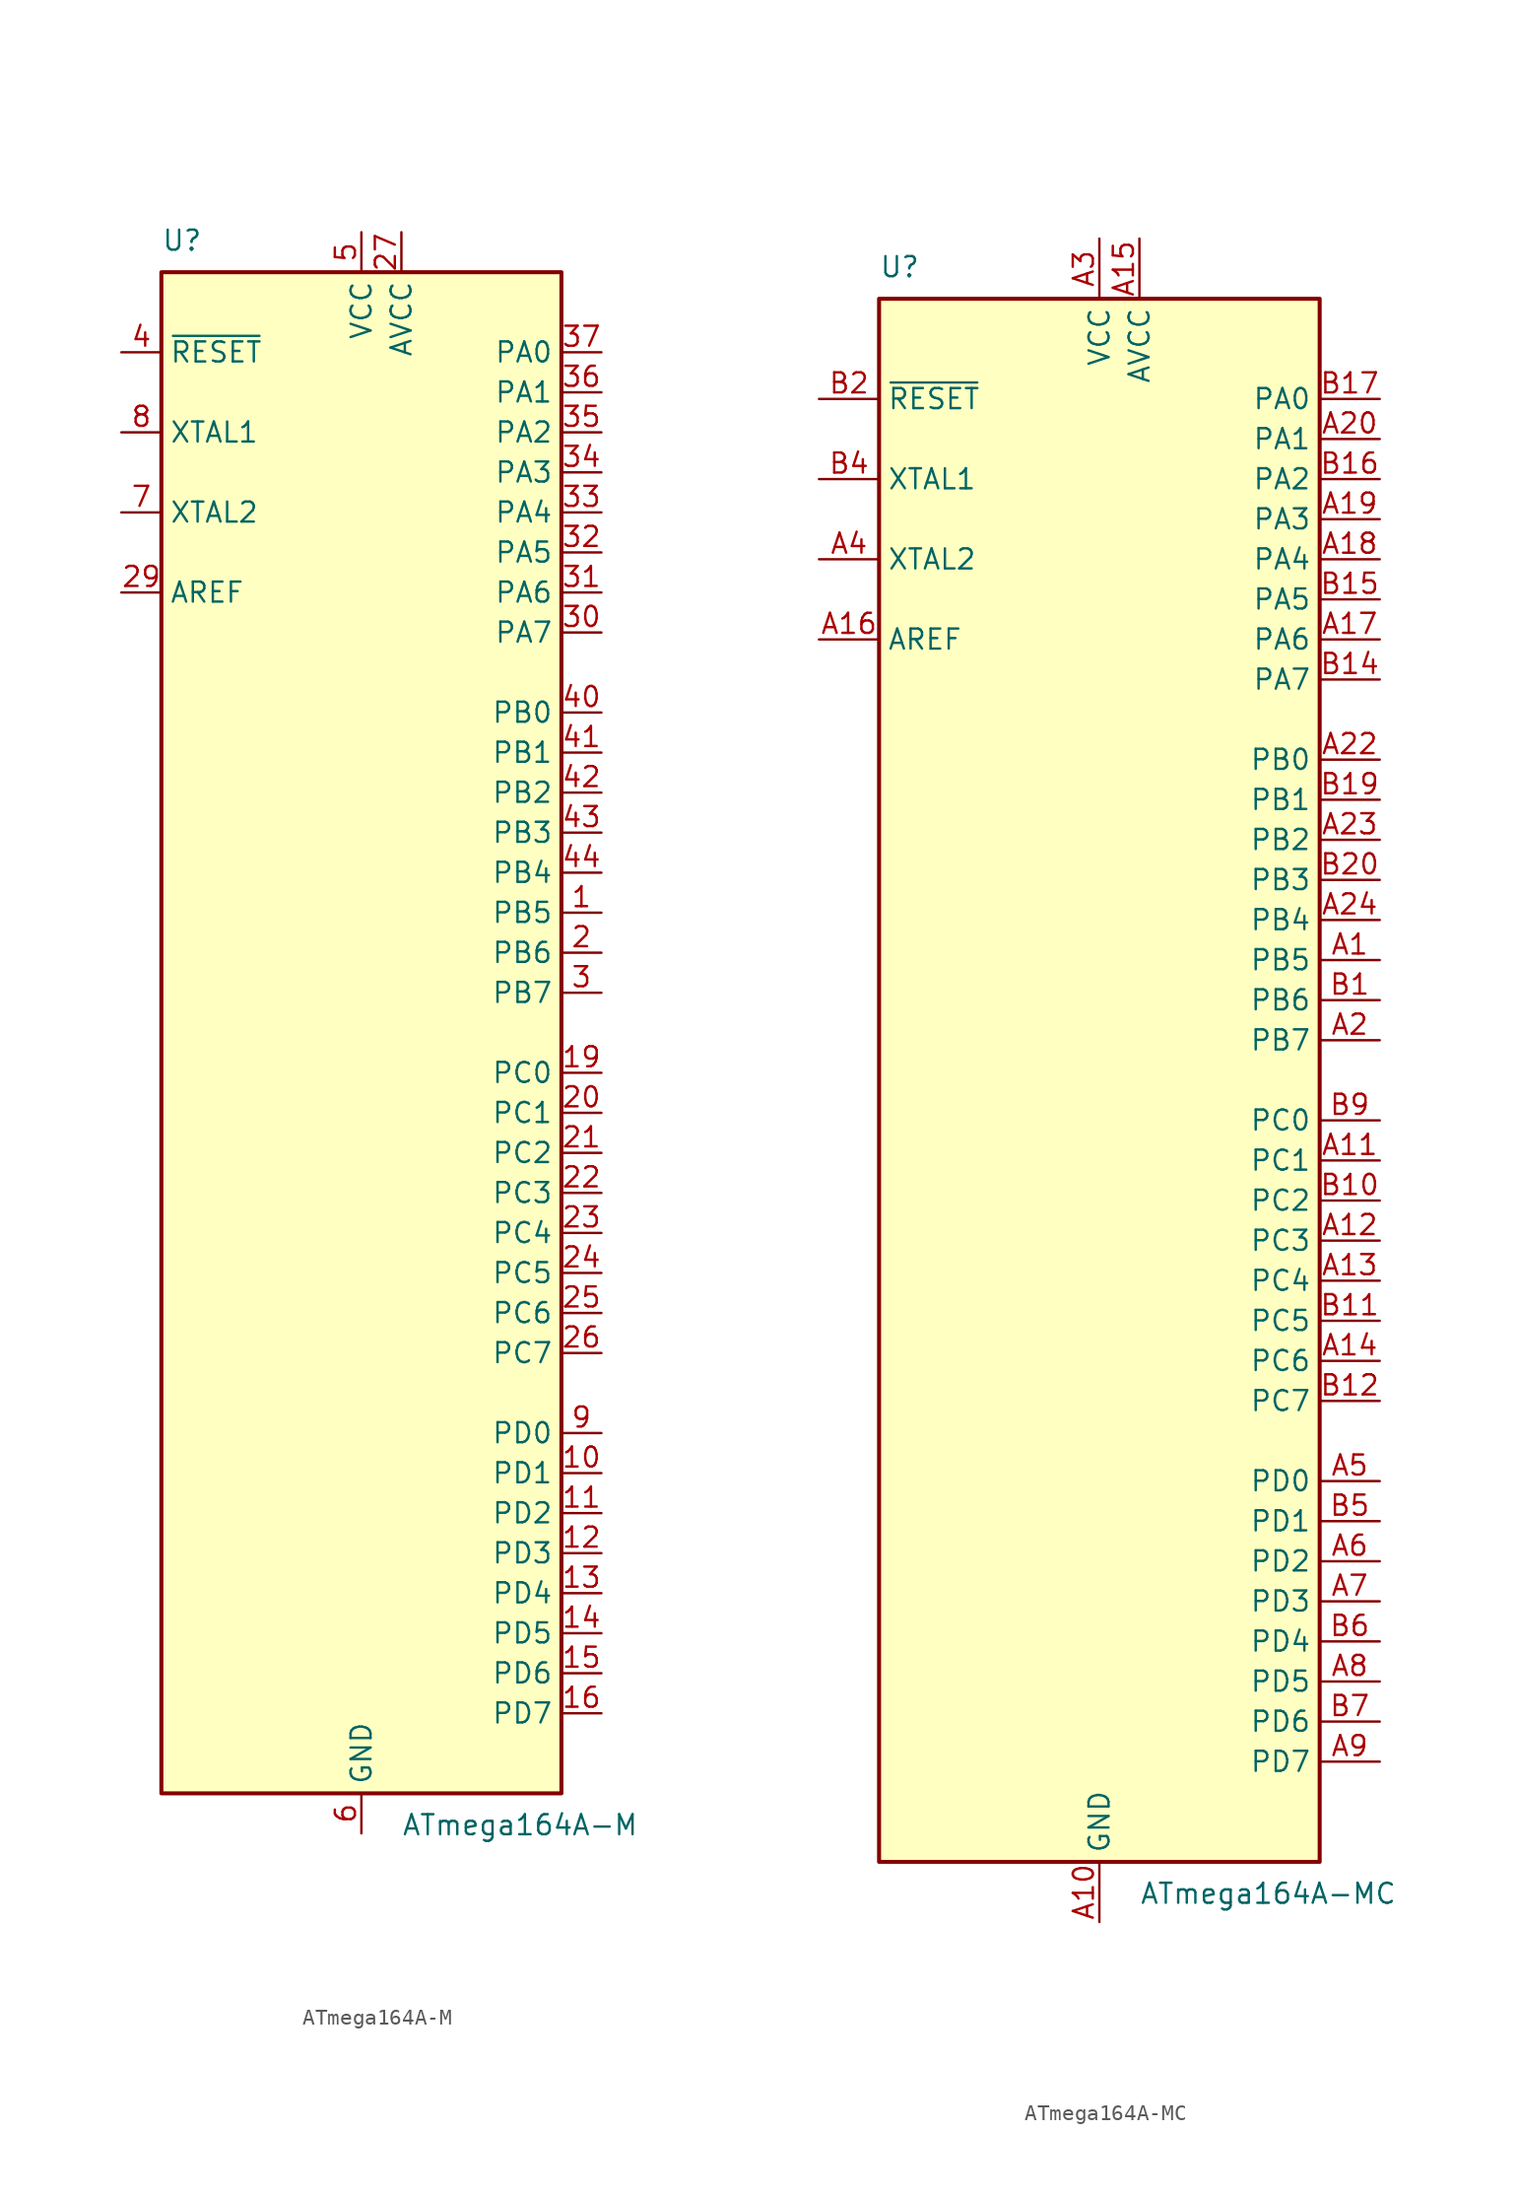
<source format=kicad_sym>
(kicad_symbol_lib
  (version 20241209)
  (generator "kicad_symbol_editor")
  (generator_version "9.0")
  (symbol "ATmega164A-M"
    (property "Reference" "U"
      (at -12.7 49.53 0)
      (effects (font (size 1.27 1.27)) (justify left bottom)))
    (property "Value" "ATmega164A-M"
      (at 2.54 -49.53 0)
      (effects (font (size 1.27 1.27)) (justify left top)))
    (symbol "ATmega164A-M_0_1"
      (rectangle (start -12.7 -48.26) (end 12.7 48.26) (stroke (width 0.254) (type default)) (fill (type background))))
    (symbol "ATmega164A-M_1_1"
      (pin input line (at -15.24 43.18 0) (length 2.54) (name "~{RESET}" (effects (font (size 1.27 1.27)))) (number "4" (effects (font (size 1.27 1.27)))))
      (pin input line (at -15.24 38.1 0) (length 2.54) (name "XTAL1" (effects (font (size 1.27 1.27)))) (number "8" (effects (font (size 1.27 1.27)))))
      (pin output line (at -15.24 33.02 0) (length 2.54) (name "XTAL2" (effects (font (size 1.27 1.27)))) (number "7" (effects (font (size 1.27 1.27)))))
      (pin passive line (at -15.24 27.94 0) (length 2.54) (name "AREF" (effects (font (size 1.27 1.27)))) (number "29" (effects (font (size 1.27 1.27)))))
      (pin passive line (at 0 50.8 270) (length 2.54) (hide yes) (name "VCC" (effects (font (size 1.27 1.27)))) (number "17" (effects (font (size 1.27 1.27)))))
      (pin passive line (at 0 50.8 270) (length 2.54) (hide yes) (name "VCC" (effects (font (size 1.27 1.27)))) (number "38" (effects (font (size 1.27 1.27)))))
      (pin power_in line (at 0 50.8 270) (length 2.54) (name "VCC" (effects (font (size 1.27 1.27)))) (number "5" (effects (font (size 1.27 1.27)))))
      (pin passive line (at 0 -50.8 90) (length 2.54) (hide yes) (name "GND" (effects (font (size 1.27 1.27)))) (number "18" (effects (font (size 1.27 1.27)))))
      (pin passive line (at 0 -50.8 90) (length 2.54) (hide yes) (name "GND" (effects (font (size 1.27 1.27)))) (number "28" (effects (font (size 1.27 1.27)))))
      (pin passive line (at 0 -50.8 90) (length 2.54) (hide yes) (name "GND" (effects (font (size 1.27 1.27)))) (number "39" (effects (font (size 1.27 1.27)))))
      (pin passive line (at 0 -50.8 90) (length 2.54) (hide yes) (name "GND" (effects (font (size 1.27 1.27)))) (number "45" (effects (font (size 1.27 1.27)))))
      (pin power_in line (at 0 -50.8 90) (length 2.54) (name "GND" (effects (font (size 1.27 1.27)))) (number "6" (effects (font (size 1.27 1.27)))))
      (pin power_in line (at 2.54 50.8 270) (length 2.54) (name "AVCC" (effects (font (size 1.27 1.27)))) (number "27" (effects (font (size 1.27 1.27)))))
      (pin bidirectional line (at 15.24 43.18 180) (length 2.54) (name "PA0" (effects (font (size 1.27 1.27)))) (number "37" (effects (font (size 1.27 1.27)))))
      (pin bidirectional line (at 15.24 40.64 180) (length 2.54) (name "PA1" (effects (font (size 1.27 1.27)))) (number "36" (effects (font (size 1.27 1.27)))))
      (pin bidirectional line (at 15.24 38.1 180) (length 2.54) (name "PA2" (effects (font (size 1.27 1.27)))) (number "35" (effects (font (size 1.27 1.27)))))
      (pin bidirectional line (at 15.24 35.56 180) (length 2.54) (name "PA3" (effects (font (size 1.27 1.27)))) (number "34" (effects (font (size 1.27 1.27)))))
      (pin bidirectional line (at 15.24 33.02 180) (length 2.54) (name "PA4" (effects (font (size 1.27 1.27)))) (number "33" (effects (font (size 1.27 1.27)))))
      (pin bidirectional line (at 15.24 30.48 180) (length 2.54) (name "PA5" (effects (font (size 1.27 1.27)))) (number "32" (effects (font (size 1.27 1.27)))))
      (pin bidirectional line (at 15.24 27.94 180) (length 2.54) (name "PA6" (effects (font (size 1.27 1.27)))) (number "31" (effects (font (size 1.27 1.27)))))
      (pin bidirectional line (at 15.24 25.4 180) (length 2.54) (name "PA7" (effects (font (size 1.27 1.27)))) (number "30" (effects (font (size 1.27 1.27)))))
      (pin bidirectional line (at 15.24 20.32 180) (length 2.54) (name "PB0" (effects (font (size 1.27 1.27)))) (number "40" (effects (font (size 1.27 1.27)))))
      (pin bidirectional line (at 15.24 17.78 180) (length 2.54) (name "PB1" (effects (font (size 1.27 1.27)))) (number "41" (effects (font (size 1.27 1.27)))))
      (pin bidirectional line (at 15.24 15.24 180) (length 2.54) (name "PB2" (effects (font (size 1.27 1.27)))) (number "42" (effects (font (size 1.27 1.27)))))
      (pin bidirectional line (at 15.24 12.7 180) (length 2.54) (name "PB3" (effects (font (size 1.27 1.27)))) (number "43" (effects (font (size 1.27 1.27)))))
      (pin bidirectional line (at 15.24 10.16 180) (length 2.54) (name "PB4" (effects (font (size 1.27 1.27)))) (number "44" (effects (font (size 1.27 1.27)))))
      (pin bidirectional line (at 15.24 7.62 180) (length 2.54) (name "PB5" (effects (font (size 1.27 1.27)))) (number "1" (effects (font (size 1.27 1.27)))))
      (pin bidirectional line (at 15.24 5.08 180) (length 2.54) (name "PB6" (effects (font (size 1.27 1.27)))) (number "2" (effects (font (size 1.27 1.27)))))
      (pin bidirectional line (at 15.24 2.54 180) (length 2.54) (name "PB7" (effects (font (size 1.27 1.27)))) (number "3" (effects (font (size 1.27 1.27)))))
      (pin bidirectional line (at 15.24 -2.54 180) (length 2.54) (name "PC0" (effects (font (size 1.27 1.27)))) (number "19" (effects (font (size 1.27 1.27)))))
      (pin bidirectional line (at 15.24 -5.08 180) (length 2.54) (name "PC1" (effects (font (size 1.27 1.27)))) (number "20" (effects (font (size 1.27 1.27)))))
      (pin bidirectional line (at 15.24 -7.62 180) (length 2.54) (name "PC2" (effects (font (size 1.27 1.27)))) (number "21" (effects (font (size 1.27 1.27)))))
      (pin bidirectional line (at 15.24 -10.16 180) (length 2.54) (name "PC3" (effects (font (size 1.27 1.27)))) (number "22" (effects (font (size 1.27 1.27)))))
      (pin bidirectional line (at 15.24 -12.7 180) (length 2.54) (name "PC4" (effects (font (size 1.27 1.27)))) (number "23" (effects (font (size 1.27 1.27)))))
      (pin bidirectional line (at 15.24 -15.24 180) (length 2.54) (name "PC5" (effects (font (size 1.27 1.27)))) (number "24" (effects (font (size 1.27 1.27)))))
      (pin bidirectional line (at 15.24 -17.78 180) (length 2.54) (name "PC6" (effects (font (size 1.27 1.27)))) (number "25" (effects (font (size 1.27 1.27)))))
      (pin bidirectional line (at 15.24 -20.32 180) (length 2.54) (name "PC7" (effects (font (size 1.27 1.27)))) (number "26" (effects (font (size 1.27 1.27)))))
      (pin bidirectional line (at 15.24 -25.4 180) (length 2.54) (name "PD0" (effects (font (size 1.27 1.27)))) (number "9" (effects (font (size 1.27 1.27)))))
      (pin bidirectional line (at 15.24 -27.94 180) (length 2.54) (name "PD1" (effects (font (size 1.27 1.27)))) (number "10" (effects (font (size 1.27 1.27)))))
      (pin bidirectional line (at 15.24 -30.48 180) (length 2.54) (name "PD2" (effects (font (size 1.27 1.27)))) (number "11" (effects (font (size 1.27 1.27)))))
      (pin bidirectional line (at 15.24 -33.02 180) (length 2.54) (name "PD3" (effects (font (size 1.27 1.27)))) (number "12" (effects (font (size 1.27 1.27)))))
      (pin bidirectional line (at 15.24 -35.56 180) (length 2.54) (name "PD4" (effects (font (size 1.27 1.27)))) (number "13" (effects (font (size 1.27 1.27)))))
      (pin bidirectional line (at 15.24 -38.1 180) (length 2.54) (name "PD5" (effects (font (size 1.27 1.27)))) (number "14" (effects (font (size 1.27 1.27)))))
      (pin bidirectional line (at 15.24 -40.64 180) (length 2.54) (name "PD6" (effects (font (size 1.27 1.27)))) (number "15" (effects (font (size 1.27 1.27)))))
      (pin bidirectional line (at 15.24 -43.18 180) (length 2.54) (name "PD7" (effects (font (size 1.27 1.27)))) (number "16" (effects (font (size 1.27 1.27)))))))
  (symbol "ATmega164A-MC"
    (property "Reference" "U"
      (at -13.97 50.8 0)
      (effects (font (size 1.27 1.27)) (justify left bottom)))
    (property "Value" "ATmega164A-MC"
      (at 2.54 -50.8 0)
      (effects (font (size 1.27 1.27)) (justify left top)))
    (symbol "ATmega164A-MC_0_1"
      (rectangle (start -13.97 -49.53) (end 13.97 49.53) (stroke (width 0.254) (type default)) (fill (type background))))
    (symbol "ATmega164A-MC_1_1"
      (pin input line (at -17.78 43.18 0) (length 3.81) (name "~{RESET}" (effects (font (size 1.27 1.27)))) (number "B2" (effects (font (size 1.27 1.27)))))
      (pin input line (at -17.78 38.1 0) (length 3.81) (name "XTAL1" (effects (font (size 1.27 1.27)))) (number "B4" (effects (font (size 1.27 1.27)))))
      (pin output line (at -17.78 33.02 0) (length 3.81) (name "XTAL2" (effects (font (size 1.27 1.27)))) (number "A4" (effects (font (size 1.27 1.27)))))
      (pin passive line (at -17.78 27.94 0) (length 3.81) (name "AREF" (effects (font (size 1.27 1.27)))) (number "A16" (effects (font (size 1.27 1.27)))))
      (pin passive line (at 0 53.34 270) (length 3.81) (hide yes) (name "VCC" (effects (font (size 1.27 1.27)))) (number "A21" (effects (font (size 1.27 1.27)))))
      (pin power_in line (at 0 53.34 270) (length 3.81) (name "VCC" (effects (font (size 1.27 1.27)))) (number "A3" (effects (font (size 1.27 1.27)))))
      (pin passive line (at 0 53.34 270) (length 3.81) (hide yes) (name "VCC" (effects (font (size 1.27 1.27)))) (number "B8" (effects (font (size 1.27 1.27)))))
      (pin power_in line (at 0 -53.34 90) (length 3.81) (name "GND" (effects (font (size 1.27 1.27)))) (number "A10" (effects (font (size 1.27 1.27)))))
      (pin passive line (at 0 -53.34 90) (length 3.81) (hide yes) (name "GND" (effects (font (size 1.27 1.27)))) (number "B13" (effects (font (size 1.27 1.27)))))
      (pin passive line (at 0 -53.34 90) (length 3.81) (hide yes) (name "GND" (effects (font (size 1.27 1.27)))) (number "B18" (effects (font (size 1.27 1.27)))))
      (pin passive line (at 0 -53.34 90) (length 3.81) (hide yes) (name "GND" (effects (font (size 1.27 1.27)))) (number "B3" (effects (font (size 1.27 1.27)))))
      (pin passive line (at 0 -53.34 90) (length 3.81) (hide yes) (name "GND" (effects (font (size 1.27 1.27)))) (number "EP" (effects (font (size 1.27 1.27)))))
      (pin power_in line (at 2.54 53.34 270) (length 3.81) (name "AVCC" (effects (font (size 1.27 1.27)))) (number "A15" (effects (font (size 1.27 1.27)))))
      (pin bidirectional line (at 17.78 43.18 180) (length 3.81) (name "PA0" (effects (font (size 1.27 1.27)))) (number "B17" (effects (font (size 1.27 1.27)))))
      (pin bidirectional line (at 17.78 40.64 180) (length 3.81) (name "PA1" (effects (font (size 1.27 1.27)))) (number "A20" (effects (font (size 1.27 1.27)))))
      (pin bidirectional line (at 17.78 38.1 180) (length 3.81) (name "PA2" (effects (font (size 1.27 1.27)))) (number "B16" (effects (font (size 1.27 1.27)))))
      (pin bidirectional line (at 17.78 35.56 180) (length 3.81) (name "PA3" (effects (font (size 1.27 1.27)))) (number "A19" (effects (font (size 1.27 1.27)))))
      (pin bidirectional line (at 17.78 33.02 180) (length 3.81) (name "PA4" (effects (font (size 1.27 1.27)))) (number "A18" (effects (font (size 1.27 1.27)))))
      (pin bidirectional line (at 17.78 30.48 180) (length 3.81) (name "PA5" (effects (font (size 1.27 1.27)))) (number "B15" (effects (font (size 1.27 1.27)))))
      (pin bidirectional line (at 17.78 27.94 180) (length 3.81) (name "PA6" (effects (font (size 1.27 1.27)))) (number "A17" (effects (font (size 1.27 1.27)))))
      (pin bidirectional line (at 17.78 25.4 180) (length 3.81) (name "PA7" (effects (font (size 1.27 1.27)))) (number "B14" (effects (font (size 1.27 1.27)))))
      (pin bidirectional line (at 17.78 20.32 180) (length 3.81) (name "PB0" (effects (font (size 1.27 1.27)))) (number "A22" (effects (font (size 1.27 1.27)))))
      (pin bidirectional line (at 17.78 17.78 180) (length 3.81) (name "PB1" (effects (font (size 1.27 1.27)))) (number "B19" (effects (font (size 1.27 1.27)))))
      (pin bidirectional line (at 17.78 15.24 180) (length 3.81) (name "PB2" (effects (font (size 1.27 1.27)))) (number "A23" (effects (font (size 1.27 1.27)))))
      (pin bidirectional line (at 17.78 12.7 180) (length 3.81) (name "PB3" (effects (font (size 1.27 1.27)))) (number "B20" (effects (font (size 1.27 1.27)))))
      (pin bidirectional line (at 17.78 10.16 180) (length 3.81) (name "PB4" (effects (font (size 1.27 1.27)))) (number "A24" (effects (font (size 1.27 1.27)))))
      (pin bidirectional line (at 17.78 7.62 180) (length 3.81) (name "PB5" (effects (font (size 1.27 1.27)))) (number "A1" (effects (font (size 1.27 1.27)))))
      (pin bidirectional line (at 17.78 5.08 180) (length 3.81) (name "PB6" (effects (font (size 1.27 1.27)))) (number "B1" (effects (font (size 1.27 1.27)))))
      (pin bidirectional line (at 17.78 2.54 180) (length 3.81) (name "PB7" (effects (font (size 1.27 1.27)))) (number "A2" (effects (font (size 1.27 1.27)))))
      (pin bidirectional line (at 17.78 -2.54 180) (length 3.81) (name "PC0" (effects (font (size 1.27 1.27)))) (number "B9" (effects (font (size 1.27 1.27)))))
      (pin bidirectional line (at 17.78 -5.08 180) (length 3.81) (name "PC1" (effects (font (size 1.27 1.27)))) (number "A11" (effects (font (size 1.27 1.27)))))
      (pin bidirectional line (at 17.78 -7.62 180) (length 3.81) (name "PC2" (effects (font (size 1.27 1.27)))) (number "B10" (effects (font (size 1.27 1.27)))))
      (pin bidirectional line (at 17.78 -10.16 180) (length 3.81) (name "PC3" (effects (font (size 1.27 1.27)))) (number "A12" (effects (font (size 1.27 1.27)))))
      (pin bidirectional line (at 17.78 -12.7 180) (length 3.81) (name "PC4" (effects (font (size 1.27 1.27)))) (number "A13" (effects (font (size 1.27 1.27)))))
      (pin bidirectional line (at 17.78 -15.24 180) (length 3.81) (name "PC5" (effects (font (size 1.27 1.27)))) (number "B11" (effects (font (size 1.27 1.27)))))
      (pin bidirectional line (at 17.78 -17.78 180) (length 3.81) (name "PC6" (effects (font (size 1.27 1.27)))) (number "A14" (effects (font (size 1.27 1.27)))))
      (pin bidirectional line (at 17.78 -20.32 180) (length 3.81) (name "PC7" (effects (font (size 1.27 1.27)))) (number "B12" (effects (font (size 1.27 1.27)))))
      (pin bidirectional line (at 17.78 -25.4 180) (length 3.81) (name "PD0" (effects (font (size 1.27 1.27)))) (number "A5" (effects (font (size 1.27 1.27)))))
      (pin bidirectional line (at 17.78 -27.94 180) (length 3.81) (name "PD1" (effects (font (size 1.27 1.27)))) (number "B5" (effects (font (size 1.27 1.27)))))
      (pin bidirectional line (at 17.78 -30.48 180) (length 3.81) (name "PD2" (effects (font (size 1.27 1.27)))) (number "A6" (effects (font (size 1.27 1.27)))))
      (pin bidirectional line (at 17.78 -33.02 180) (length 3.81) (name "PD3" (effects (font (size 1.27 1.27)))) (number "A7" (effects (font (size 1.27 1.27)))))
      (pin bidirectional line (at 17.78 -35.56 180) (length 3.81) (name "PD4" (effects (font (size 1.27 1.27)))) (number "B6" (effects (font (size 1.27 1.27)))))
      (pin bidirectional line (at 17.78 -38.1 180) (length 3.81) (name "PD5" (effects (font (size 1.27 1.27)))) (number "A8" (effects (font (size 1.27 1.27)))))
      (pin bidirectional line (at 17.78 -40.64 180) (length 3.81) (name "PD6" (effects (font (size 1.27 1.27)))) (number "B7" (effects (font (size 1.27 1.27)))))
      (pin bidirectional line (at 17.78 -43.18 180) (length 3.81) (name "PD7" (effects (font (size 1.27 1.27)))) (number "A9" (effects (font (size 1.27 1.27))))))))
</source>
